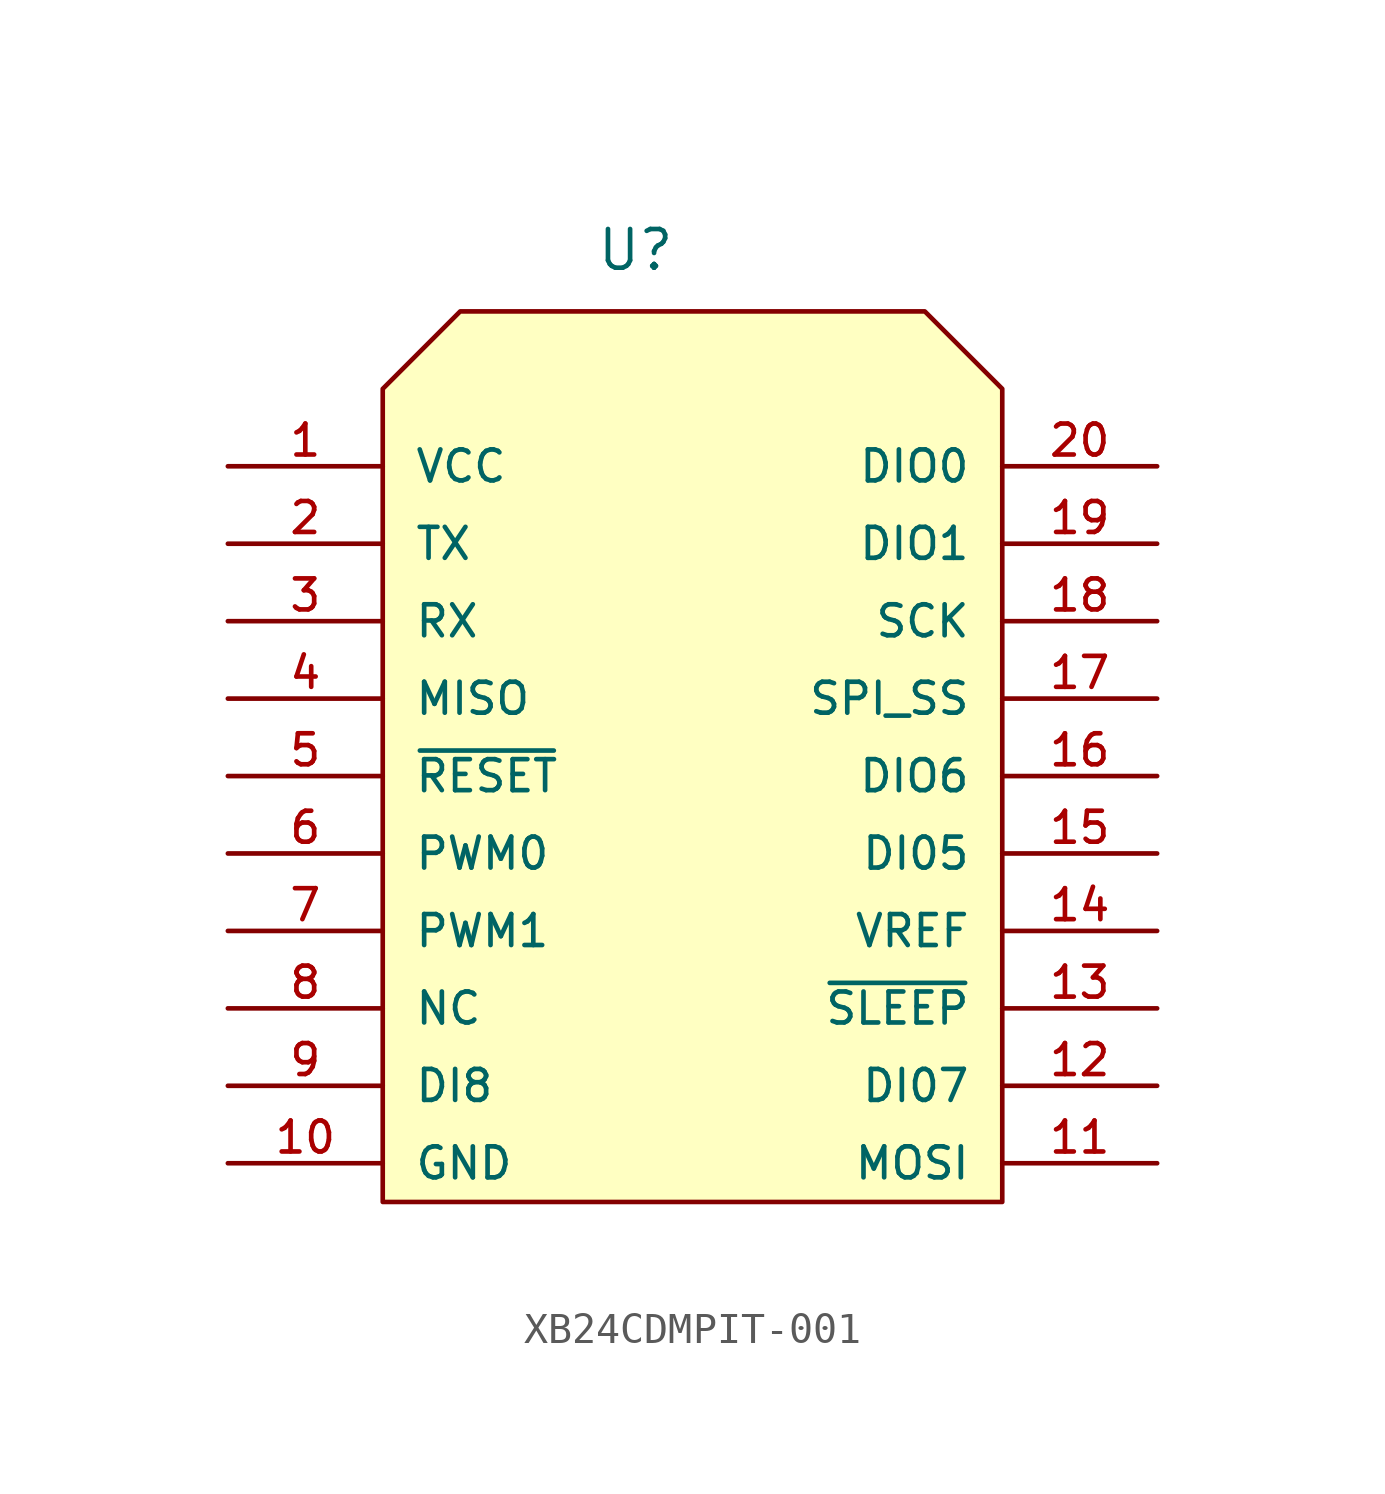
<source format=kicad_sym>
(kicad_symbol_lib
  (version 20211014)
  (generator kicad_symbol_editor)
  (symbol "XB24CDMPIT-001"
    (pin_names
      (offset 1.016))
    (property "Reference" "U"
      (at -3.175 16.51 0)
      (effects (font (size 1.27 1.27)) (justify left bottom)))
    (symbol "XB24CDMPIT-001_0_0"
      (pin bidirectional line (at -15.24 10.16 0) (length 5.08) (name "VCC" (effects (font (size 1.016 1.016)))) (number "1" (effects (font (size 1.016 1.016)))))
      (pin bidirectional line (at -15.24 -12.7 0) (length 5.08) (name "GND" (effects (font (size 1.016 1.016)))) (number "10" (effects (font (size 1.016 1.016)))))
      (pin bidirectional line (at 15.24 -12.7 180) (length 5.08) (name "MOSI" (effects (font (size 1.016 1.016)))) (number "11" (effects (font (size 1.016 1.016)))))
      (pin bidirectional line (at 15.24 -10.16 180) (length 5.08) (name "DI07" (effects (font (size 1.016 1.016)))) (number "12" (effects (font (size 1.016 1.016)))))
      (pin bidirectional line (at 15.24 -7.62 180) (length 5.08) (name "~{SLEEP}" (effects (font (size 1.016 1.016)))) (number "13" (effects (font (size 1.016 1.016)))))
      (pin bidirectional line (at 15.24 -5.08 180) (length 5.08) (name "VREF" (effects (font (size 1.016 1.016)))) (number "14" (effects (font (size 1.016 1.016)))))
      (pin bidirectional line (at 15.24 -2.54 180) (length 5.08) (name "DI05" (effects (font (size 1.016 1.016)))) (number "15" (effects (font (size 1.016 1.016)))))
      (pin bidirectional line (at 15.24 0 180) (length 5.08) (name "DIO6" (effects (font (size 1.016 1.016)))) (number "16" (effects (font (size 1.016 1.016)))))
      (pin bidirectional line (at 15.24 2.54 180) (length 5.08) (name "SPI_SS" (effects (font (size 1.016 1.016)))) (number "17" (effects (font (size 1.016 1.016)))))
      (pin bidirectional line (at 15.24 5.08 180) (length 5.08) (name "SCK" (effects (font (size 1.016 1.016)))) (number "18" (effects (font (size 1.016 1.016)))))
      (pin bidirectional line (at 15.24 7.62 180) (length 5.08) (name "DIO1" (effects (font (size 1.016 1.016)))) (number "19" (effects (font (size 1.016 1.016)))))
      (pin bidirectional line (at -15.24 7.62 0) (length 5.08) (name "TX" (effects (font (size 1.016 1.016)))) (number "2" (effects (font (size 1.016 1.016)))))
      (pin bidirectional line (at 15.24 10.16 180) (length 5.08) (name "DIO0" (effects (font (size 1.016 1.016)))) (number "20" (effects (font (size 1.016 1.016)))))
      (pin bidirectional line (at -15.24 5.08 0) (length 5.08) (name "RX" (effects (font (size 1.016 1.016)))) (number "3" (effects (font (size 1.016 1.016)))))
      (pin bidirectional line (at -15.24 2.54 0) (length 5.08) (name "MISO" (effects (font (size 1.016 1.016)))) (number "4" (effects (font (size 1.016 1.016)))))
      (pin bidirectional line (at -15.24 0 0) (length 5.08) (name "~{RESET}" (effects (font (size 1.016 1.016)))) (number "5" (effects (font (size 1.016 1.016)))))
      (pin bidirectional line (at -15.24 -2.54 0) (length 5.08) (name "PWM0" (effects (font (size 1.016 1.016)))) (number "6" (effects (font (size 1.016 1.016)))))
      (pin bidirectional line (at -15.24 -5.08 0) (length 5.08) (name "PWM1" (effects (font (size 1.016 1.016)))) (number "7" (effects (font (size 1.016 1.016)))))
      (pin bidirectional line (at -15.24 -7.62 0) (length 5.08) (name "NC" (effects (font (size 1.016 1.016)))) (number "8" (effects (font (size 1.016 1.016)))))
      (pin bidirectional line (at -15.24 -10.16 0) (length 5.08) (name "DI8" (effects (font (size 1.016 1.016)))) (number "9" (effects (font (size 1.016 1.016))))))
    (symbol "XB24CDMPIT-001_1_1"
      (polyline (pts (xy -10.16 -13.97) (xy -10.16 12.7) (xy -7.62 15.24) (xy 7.62 15.24) (xy 10.16 12.7) (xy 10.16 -13.97) (xy -10.16 -13.97)) (stroke (width 0.152) (type default) (color 0 0 0 0)) (fill (type background))))))
</source>
